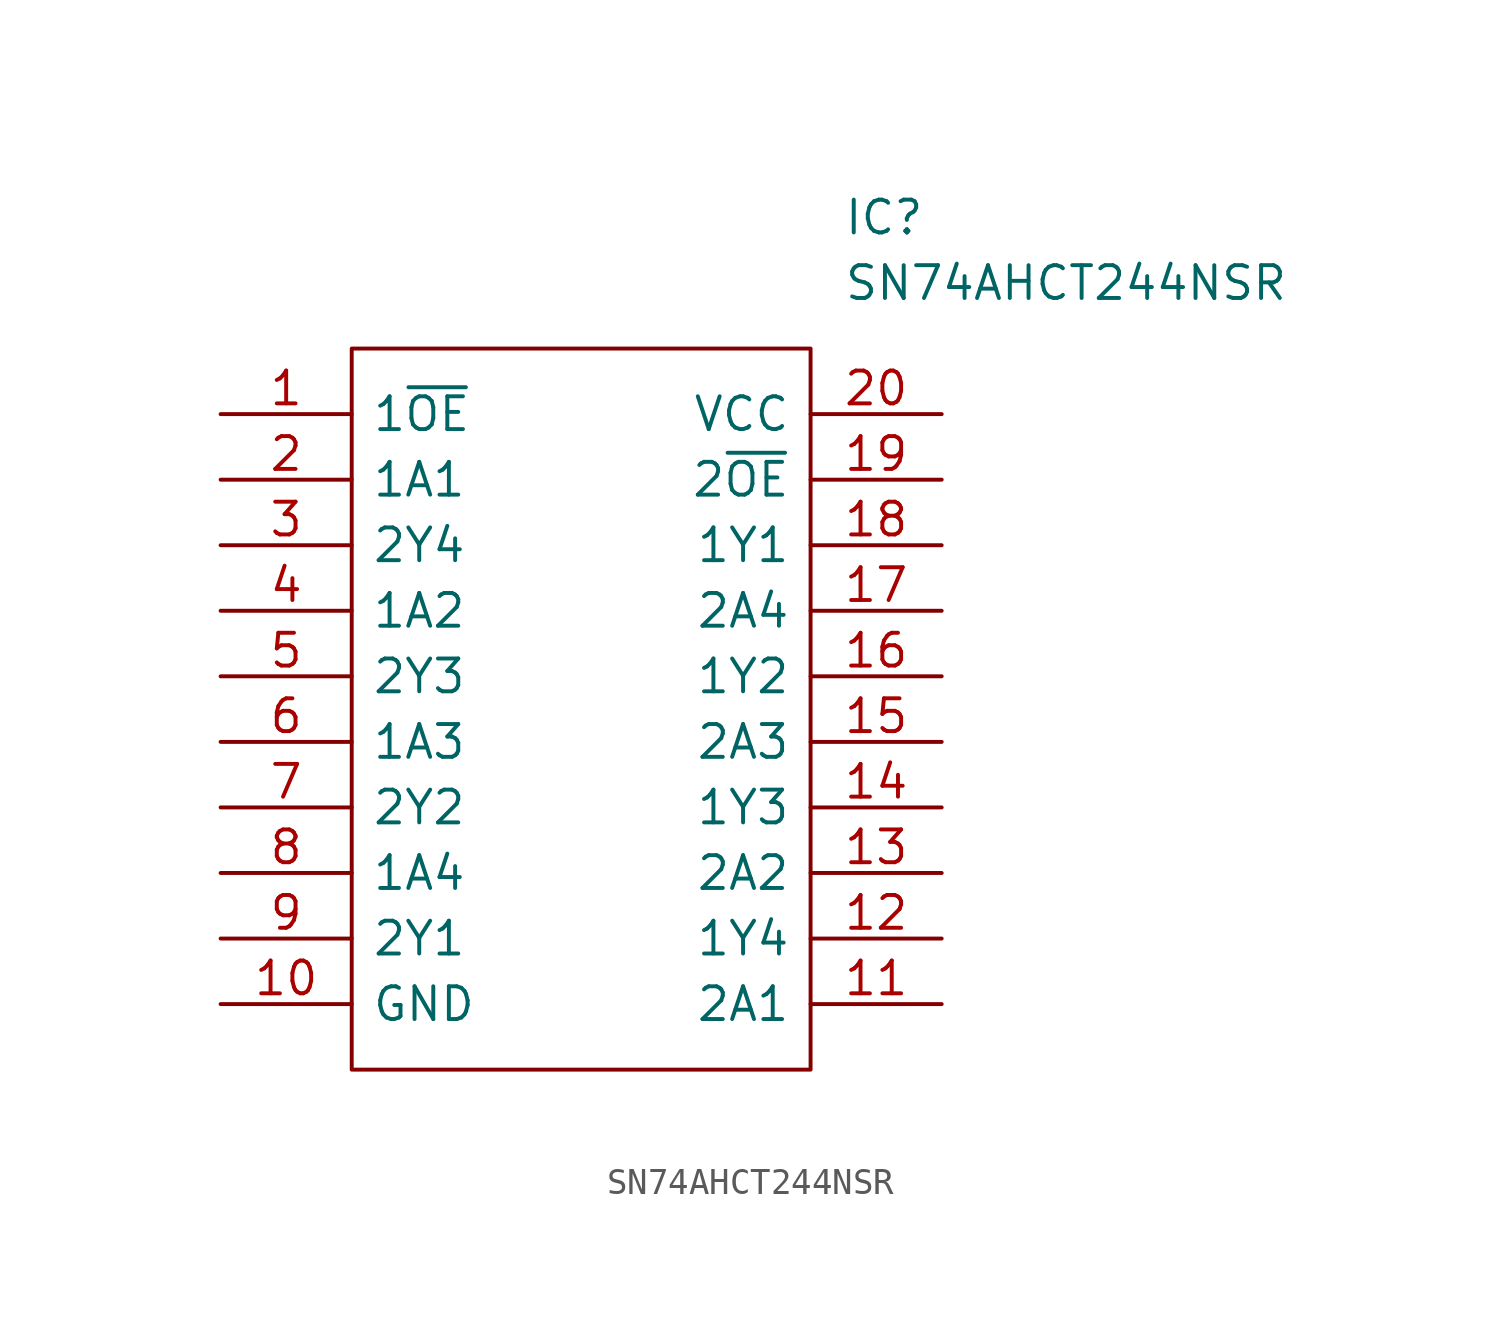
<source format=kicad_sym>
(kicad_symbol_lib
  (version 20211014)
  (generator kicad_symbol_editor)
  (symbol "SN74AHCT244NSR"
    (pin_names
      (offset 0.762))
    (property "Reference" "IC"
      (at 24.13 7.62 0)
      (effects (font (size 1.27 1.27)) (justify left)))
    (property "Value" "SN74AHCT244NSR"
      (at 24.13 5.08 0)
      (effects (font (size 1.27 1.27)) (justify left)))
    (symbol "SN74AHCT244NSR_0_0"
      (pin passive line (at 0 0 0) (length 5.08) (name "1~{OE}" (effects (font (size 1.27 1.27)))) (number "1" (effects (font (size 1.27 1.27)))))
      (pin passive line (at 0 -22.86 0) (length 5.08) (name "GND" (effects (font (size 1.27 1.27)))) (number "10" (effects (font (size 1.27 1.27)))))
      (pin passive line (at 27.94 -22.86 180) (length 5.08) (name "2A1" (effects (font (size 1.27 1.27)))) (number "11" (effects (font (size 1.27 1.27)))))
      (pin passive line (at 27.94 -20.32 180) (length 5.08) (name "1Y4" (effects (font (size 1.27 1.27)))) (number "12" (effects (font (size 1.27 1.27)))))
      (pin passive line (at 27.94 -17.78 180) (length 5.08) (name "2A2" (effects (font (size 1.27 1.27)))) (number "13" (effects (font (size 1.27 1.27)))))
      (pin passive line (at 27.94 -15.24 180) (length 5.08) (name "1Y3" (effects (font (size 1.27 1.27)))) (number "14" (effects (font (size 1.27 1.27)))))
      (pin passive line (at 27.94 -12.7 180) (length 5.08) (name "2A3" (effects (font (size 1.27 1.27)))) (number "15" (effects (font (size 1.27 1.27)))))
      (pin passive line (at 27.94 -10.16 180) (length 5.08) (name "1Y2" (effects (font (size 1.27 1.27)))) (number "16" (effects (font (size 1.27 1.27)))))
      (pin passive line (at 27.94 -7.62 180) (length 5.08) (name "2A4" (effects (font (size 1.27 1.27)))) (number "17" (effects (font (size 1.27 1.27)))))
      (pin passive line (at 27.94 -5.08 180) (length 5.08) (name "1Y1" (effects (font (size 1.27 1.27)))) (number "18" (effects (font (size 1.27 1.27)))))
      (pin passive line (at 27.94 -2.54 180) (length 5.08) (name "2~{OE}" (effects (font (size 1.27 1.27)))) (number "19" (effects (font (size 1.27 1.27)))))
      (pin passive line (at 0 -2.54 0) (length 5.08) (name "1A1" (effects (font (size 1.27 1.27)))) (number "2" (effects (font (size 1.27 1.27)))))
      (pin passive line (at 27.94 0 180) (length 5.08) (name "VCC" (effects (font (size 1.27 1.27)))) (number "20" (effects (font (size 1.27 1.27)))))
      (pin passive line (at 0 -5.08 0) (length 5.08) (name "2Y4" (effects (font (size 1.27 1.27)))) (number "3" (effects (font (size 1.27 1.27)))))
      (pin passive line (at 0 -7.62 0) (length 5.08) (name "1A2" (effects (font (size 1.27 1.27)))) (number "4" (effects (font (size 1.27 1.27)))))
      (pin passive line (at 0 -10.16 0) (length 5.08) (name "2Y3" (effects (font (size 1.27 1.27)))) (number "5" (effects (font (size 1.27 1.27)))))
      (pin passive line (at 0 -12.7 0) (length 5.08) (name "1A3" (effects (font (size 1.27 1.27)))) (number "6" (effects (font (size 1.27 1.27)))))
      (pin passive line (at 0 -15.24 0) (length 5.08) (name "2Y2" (effects (font (size 1.27 1.27)))) (number "7" (effects (font (size 1.27 1.27)))))
      (pin passive line (at 0 -17.78 0) (length 5.08) (name "1A4" (effects (font (size 1.27 1.27)))) (number "8" (effects (font (size 1.27 1.27)))))
      (pin passive line (at 0 -20.32 0) (length 5.08) (name "2Y1" (effects (font (size 1.27 1.27)))) (number "9" (effects (font (size 1.27 1.27))))))
    (symbol "SN74AHCT244NSR_0_1"
      (polyline (pts (xy 5.08 2.54) (xy 22.86 2.54) (xy 22.86 -25.4) (xy 5.08 -25.4) (xy 5.08 2.54)) (stroke (width 0.152) (type default) (color 0 0 0 0)) (fill (type none))))))
</source>
